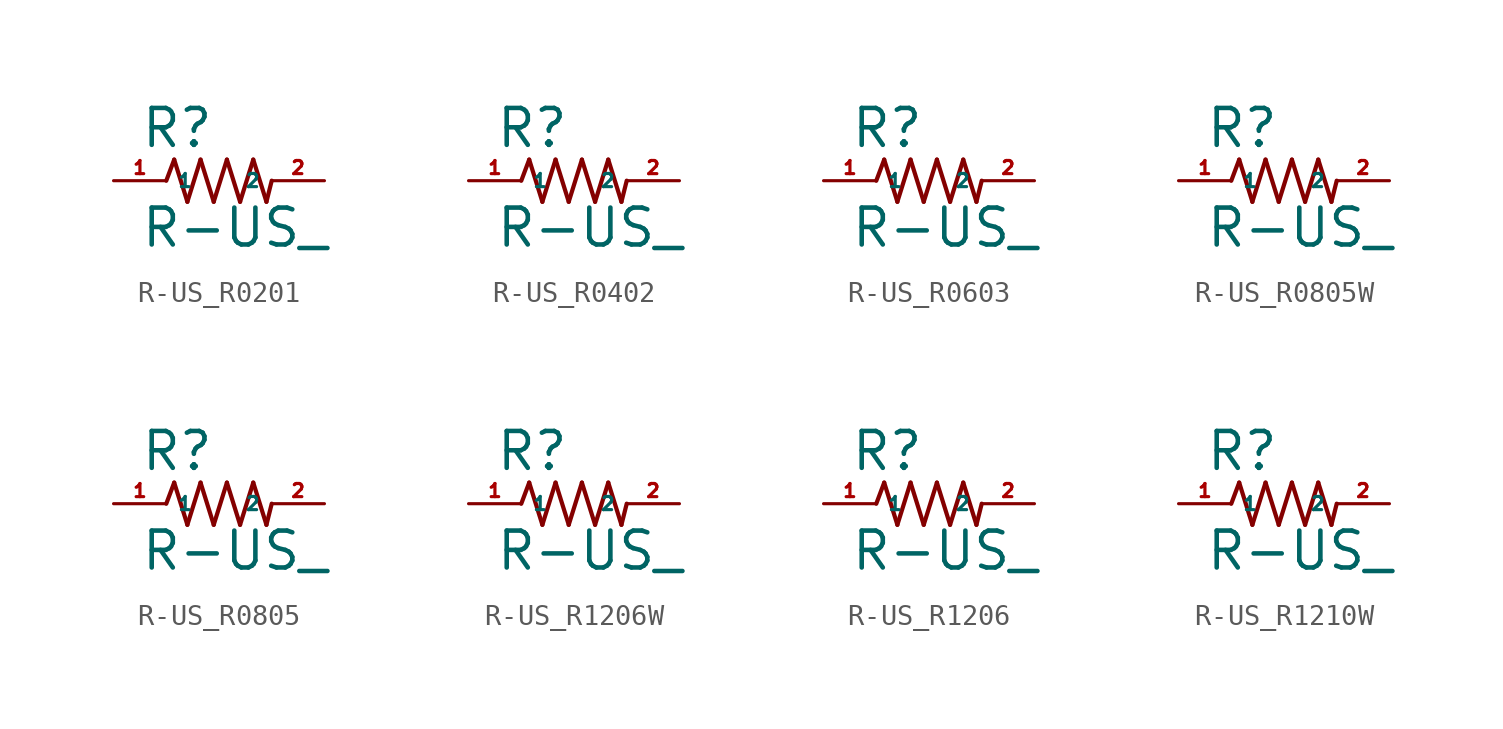
<source format=kicad_sym>
(kicad_symbol_lib
  (version 20220914)
  (generator Eagle2Kicad)
  (symbol "R-US_R0201"
    (property "Reference" "R"
      (at -3.81 1.499 0)
      (effects (font (size 1.778 1.778) (thickness 0.22)) (justify left bottom)))
    (property "Value" "R-US_"
      (at -3.81 -3.302 0)
      (effects (font (size 1.778 1.778) (thickness 0.22)) (justify left bottom)))
    (polyline
      (pts (xy -2.54 0) (xy -2.159 1.016))
      (stroke (width 0.203) (type default))
      (fill (type none)))
    (polyline
      (pts (xy -2.159 1.016) (xy -1.524 -1.016))
      (stroke (width 0.203) (type default))
      (fill (type none)))
    (polyline
      (pts (xy -1.524 -1.016) (xy -0.889 1.016))
      (stroke (width 0.203) (type default))
      (fill (type none)))
    (polyline
      (pts (xy -0.889 1.016) (xy -0.254 -1.016))
      (stroke (width 0.203) (type default))
      (fill (type none)))
    (polyline
      (pts (xy -0.254 -1.016) (xy 0.381 1.016))
      (stroke (width 0.203) (type default))
      (fill (type none)))
    (polyline
      (pts (xy 0.381 1.016) (xy 1.016 -1.016))
      (stroke (width 0.203) (type default))
      (fill (type none)))
    (polyline
      (pts (xy 1.016 -1.016) (xy 1.651 1.016))
      (stroke (width 0.203) (type default))
      (fill (type none)))
    (polyline
      (pts (xy 1.651 1.016) (xy 2.286 -1.016))
      (stroke (width 0.203) (type default))
      (fill (type none)))
    (polyline
      (pts (xy 2.286 -1.016) (xy 2.54 0))
      (stroke (width 0.203) (type default))
      (fill (type none)))
    (pin passive line
      (at 5.08 0 180)
      (length 2.54)
      (name "2" (effects (font (size 0.635 0.635) (thickness 0.08)) (justify left bottom)))
      (number "2" (effects (font (size 0.635 0.635) (thickness 0.08)) (justify left bottom))))
    (pin passive line
      (at -5.08 0 0)
      (length 2.54)
      (name "1" (effects (font (size 0.635 0.635) (thickness 0.08)) (justify left bottom)))
      (number "1" (effects (font (size 0.635 0.635) (thickness 0.08)) (justify left bottom)))))
  (symbol "R-US_R0402"
    (property "Reference" "R"
      (at -3.81 1.499 0)
      (effects (font (size 1.778 1.778) (thickness 0.22)) (justify left bottom)))
    (property "Value" "R-US_"
      (at -3.81 -3.302 0)
      (effects (font (size 1.778 1.778) (thickness 0.22)) (justify left bottom)))
    (polyline
      (pts (xy -2.54 0) (xy -2.159 1.016))
      (stroke (width 0.203) (type default))
      (fill (type none)))
    (polyline
      (pts (xy -2.159 1.016) (xy -1.524 -1.016))
      (stroke (width 0.203) (type default))
      (fill (type none)))
    (polyline
      (pts (xy -1.524 -1.016) (xy -0.889 1.016))
      (stroke (width 0.203) (type default))
      (fill (type none)))
    (polyline
      (pts (xy -0.889 1.016) (xy -0.254 -1.016))
      (stroke (width 0.203) (type default))
      (fill (type none)))
    (polyline
      (pts (xy -0.254 -1.016) (xy 0.381 1.016))
      (stroke (width 0.203) (type default))
      (fill (type none)))
    (polyline
      (pts (xy 0.381 1.016) (xy 1.016 -1.016))
      (stroke (width 0.203) (type default))
      (fill (type none)))
    (polyline
      (pts (xy 1.016 -1.016) (xy 1.651 1.016))
      (stroke (width 0.203) (type default))
      (fill (type none)))
    (polyline
      (pts (xy 1.651 1.016) (xy 2.286 -1.016))
      (stroke (width 0.203) (type default))
      (fill (type none)))
    (polyline
      (pts (xy 2.286 -1.016) (xy 2.54 0))
      (stroke (width 0.203) (type default))
      (fill (type none)))
    (pin passive line
      (at 5.08 0 180)
      (length 2.54)
      (name "2" (effects (font (size 0.635 0.635) (thickness 0.08)) (justify left bottom)))
      (number "2" (effects (font (size 0.635 0.635) (thickness 0.08)) (justify left bottom))))
    (pin passive line
      (at -5.08 0 0)
      (length 2.54)
      (name "1" (effects (font (size 0.635 0.635) (thickness 0.08)) (justify left bottom)))
      (number "1" (effects (font (size 0.635 0.635) (thickness 0.08)) (justify left bottom)))))
  (symbol "R-US_R0603"
    (property "Reference" "R"
      (at -3.81 1.499 0)
      (effects (font (size 1.778 1.778) (thickness 0.22)) (justify left bottom)))
    (property "Value" "R-US_"
      (at -3.81 -3.302 0)
      (effects (font (size 1.778 1.778) (thickness 0.22)) (justify left bottom)))
    (polyline
      (pts (xy -2.54 0) (xy -2.159 1.016))
      (stroke (width 0.203) (type default))
      (fill (type none)))
    (polyline
      (pts (xy -2.159 1.016) (xy -1.524 -1.016))
      (stroke (width 0.203) (type default))
      (fill (type none)))
    (polyline
      (pts (xy -1.524 -1.016) (xy -0.889 1.016))
      (stroke (width 0.203) (type default))
      (fill (type none)))
    (polyline
      (pts (xy -0.889 1.016) (xy -0.254 -1.016))
      (stroke (width 0.203) (type default))
      (fill (type none)))
    (polyline
      (pts (xy -0.254 -1.016) (xy 0.381 1.016))
      (stroke (width 0.203) (type default))
      (fill (type none)))
    (polyline
      (pts (xy 0.381 1.016) (xy 1.016 -1.016))
      (stroke (width 0.203) (type default))
      (fill (type none)))
    (polyline
      (pts (xy 1.016 -1.016) (xy 1.651 1.016))
      (stroke (width 0.203) (type default))
      (fill (type none)))
    (polyline
      (pts (xy 1.651 1.016) (xy 2.286 -1.016))
      (stroke (width 0.203) (type default))
      (fill (type none)))
    (polyline
      (pts (xy 2.286 -1.016) (xy 2.54 0))
      (stroke (width 0.203) (type default))
      (fill (type none)))
    (pin passive line
      (at 5.08 0 180)
      (length 2.54)
      (name "2" (effects (font (size 0.635 0.635) (thickness 0.08)) (justify left bottom)))
      (number "2" (effects (font (size 0.635 0.635) (thickness 0.08)) (justify left bottom))))
    (pin passive line
      (at -5.08 0 0)
      (length 2.54)
      (name "1" (effects (font (size 0.635 0.635) (thickness 0.08)) (justify left bottom)))
      (number "1" (effects (font (size 0.635 0.635) (thickness 0.08)) (justify left bottom)))))
  (symbol "R-US_R0805W"
    (property "Reference" "R"
      (at -3.81 1.499 0)
      (effects (font (size 1.778 1.778) (thickness 0.22)) (justify left bottom)))
    (property "Value" "R-US_"
      (at -3.81 -3.302 0)
      (effects (font (size 1.778 1.778) (thickness 0.22)) (justify left bottom)))
    (polyline
      (pts (xy -2.54 0) (xy -2.159 1.016))
      (stroke (width 0.203) (type default))
      (fill (type none)))
    (polyline
      (pts (xy -2.159 1.016) (xy -1.524 -1.016))
      (stroke (width 0.203) (type default))
      (fill (type none)))
    (polyline
      (pts (xy -1.524 -1.016) (xy -0.889 1.016))
      (stroke (width 0.203) (type default))
      (fill (type none)))
    (polyline
      (pts (xy -0.889 1.016) (xy -0.254 -1.016))
      (stroke (width 0.203) (type default))
      (fill (type none)))
    (polyline
      (pts (xy -0.254 -1.016) (xy 0.381 1.016))
      (stroke (width 0.203) (type default))
      (fill (type none)))
    (polyline
      (pts (xy 0.381 1.016) (xy 1.016 -1.016))
      (stroke (width 0.203) (type default))
      (fill (type none)))
    (polyline
      (pts (xy 1.016 -1.016) (xy 1.651 1.016))
      (stroke (width 0.203) (type default))
      (fill (type none)))
    (polyline
      (pts (xy 1.651 1.016) (xy 2.286 -1.016))
      (stroke (width 0.203) (type default))
      (fill (type none)))
    (polyline
      (pts (xy 2.286 -1.016) (xy 2.54 0))
      (stroke (width 0.203) (type default))
      (fill (type none)))
    (pin passive line
      (at 5.08 0 180)
      (length 2.54)
      (name "2" (effects (font (size 0.635 0.635) (thickness 0.08)) (justify left bottom)))
      (number "2" (effects (font (size 0.635 0.635) (thickness 0.08)) (justify left bottom))))
    (pin passive line
      (at -5.08 0 0)
      (length 2.54)
      (name "1" (effects (font (size 0.635 0.635) (thickness 0.08)) (justify left bottom)))
      (number "1" (effects (font (size 0.635 0.635) (thickness 0.08)) (justify left bottom)))))
  (symbol "R-US_R0805"
    (property "Reference" "R"
      (at -3.81 1.499 0)
      (effects (font (size 1.778 1.778) (thickness 0.22)) (justify left bottom)))
    (property "Value" "R-US_"
      (at -3.81 -3.302 0)
      (effects (font (size 1.778 1.778) (thickness 0.22)) (justify left bottom)))
    (polyline
      (pts (xy -2.54 0) (xy -2.159 1.016))
      (stroke (width 0.203) (type default))
      (fill (type none)))
    (polyline
      (pts (xy -2.159 1.016) (xy -1.524 -1.016))
      (stroke (width 0.203) (type default))
      (fill (type none)))
    (polyline
      (pts (xy -1.524 -1.016) (xy -0.889 1.016))
      (stroke (width 0.203) (type default))
      (fill (type none)))
    (polyline
      (pts (xy -0.889 1.016) (xy -0.254 -1.016))
      (stroke (width 0.203) (type default))
      (fill (type none)))
    (polyline
      (pts (xy -0.254 -1.016) (xy 0.381 1.016))
      (stroke (width 0.203) (type default))
      (fill (type none)))
    (polyline
      (pts (xy 0.381 1.016) (xy 1.016 -1.016))
      (stroke (width 0.203) (type default))
      (fill (type none)))
    (polyline
      (pts (xy 1.016 -1.016) (xy 1.651 1.016))
      (stroke (width 0.203) (type default))
      (fill (type none)))
    (polyline
      (pts (xy 1.651 1.016) (xy 2.286 -1.016))
      (stroke (width 0.203) (type default))
      (fill (type none)))
    (polyline
      (pts (xy 2.286 -1.016) (xy 2.54 0))
      (stroke (width 0.203) (type default))
      (fill (type none)))
    (pin passive line
      (at 5.08 0 180)
      (length 2.54)
      (name "2" (effects (font (size 0.635 0.635) (thickness 0.08)) (justify left bottom)))
      (number "2" (effects (font (size 0.635 0.635) (thickness 0.08)) (justify left bottom))))
    (pin passive line
      (at -5.08 0 0)
      (length 2.54)
      (name "1" (effects (font (size 0.635 0.635) (thickness 0.08)) (justify left bottom)))
      (number "1" (effects (font (size 0.635 0.635) (thickness 0.08)) (justify left bottom)))))
  (symbol "R-US_R1206W"
    (property "Reference" "R"
      (at -3.81 1.499 0)
      (effects (font (size 1.778 1.778) (thickness 0.22)) (justify left bottom)))
    (property "Value" "R-US_"
      (at -3.81 -3.302 0)
      (effects (font (size 1.778 1.778) (thickness 0.22)) (justify left bottom)))
    (polyline
      (pts (xy -2.54 0) (xy -2.159 1.016))
      (stroke (width 0.203) (type default))
      (fill (type none)))
    (polyline
      (pts (xy -2.159 1.016) (xy -1.524 -1.016))
      (stroke (width 0.203) (type default))
      (fill (type none)))
    (polyline
      (pts (xy -1.524 -1.016) (xy -0.889 1.016))
      (stroke (width 0.203) (type default))
      (fill (type none)))
    (polyline
      (pts (xy -0.889 1.016) (xy -0.254 -1.016))
      (stroke (width 0.203) (type default))
      (fill (type none)))
    (polyline
      (pts (xy -0.254 -1.016) (xy 0.381 1.016))
      (stroke (width 0.203) (type default))
      (fill (type none)))
    (polyline
      (pts (xy 0.381 1.016) (xy 1.016 -1.016))
      (stroke (width 0.203) (type default))
      (fill (type none)))
    (polyline
      (pts (xy 1.016 -1.016) (xy 1.651 1.016))
      (stroke (width 0.203) (type default))
      (fill (type none)))
    (polyline
      (pts (xy 1.651 1.016) (xy 2.286 -1.016))
      (stroke (width 0.203) (type default))
      (fill (type none)))
    (polyline
      (pts (xy 2.286 -1.016) (xy 2.54 0))
      (stroke (width 0.203) (type default))
      (fill (type none)))
    (pin passive line
      (at 5.08 0 180)
      (length 2.54)
      (name "2" (effects (font (size 0.635 0.635) (thickness 0.08)) (justify left bottom)))
      (number "2" (effects (font (size 0.635 0.635) (thickness 0.08)) (justify left bottom))))
    (pin passive line
      (at -5.08 0 0)
      (length 2.54)
      (name "1" (effects (font (size 0.635 0.635) (thickness 0.08)) (justify left bottom)))
      (number "1" (effects (font (size 0.635 0.635) (thickness 0.08)) (justify left bottom)))))
  (symbol "R-US_R1206"
    (property "Reference" "R"
      (at -3.81 1.499 0)
      (effects (font (size 1.778 1.778) (thickness 0.22)) (justify left bottom)))
    (property "Value" "R-US_"
      (at -3.81 -3.302 0)
      (effects (font (size 1.778 1.778) (thickness 0.22)) (justify left bottom)))
    (polyline
      (pts (xy -2.54 0) (xy -2.159 1.016))
      (stroke (width 0.203) (type default))
      (fill (type none)))
    (polyline
      (pts (xy -2.159 1.016) (xy -1.524 -1.016))
      (stroke (width 0.203) (type default))
      (fill (type none)))
    (polyline
      (pts (xy -1.524 -1.016) (xy -0.889 1.016))
      (stroke (width 0.203) (type default))
      (fill (type none)))
    (polyline
      (pts (xy -0.889 1.016) (xy -0.254 -1.016))
      (stroke (width 0.203) (type default))
      (fill (type none)))
    (polyline
      (pts (xy -0.254 -1.016) (xy 0.381 1.016))
      (stroke (width 0.203) (type default))
      (fill (type none)))
    (polyline
      (pts (xy 0.381 1.016) (xy 1.016 -1.016))
      (stroke (width 0.203) (type default))
      (fill (type none)))
    (polyline
      (pts (xy 1.016 -1.016) (xy 1.651 1.016))
      (stroke (width 0.203) (type default))
      (fill (type none)))
    (polyline
      (pts (xy 1.651 1.016) (xy 2.286 -1.016))
      (stroke (width 0.203) (type default))
      (fill (type none)))
    (polyline
      (pts (xy 2.286 -1.016) (xy 2.54 0))
      (stroke (width 0.203) (type default))
      (fill (type none)))
    (pin passive line
      (at 5.08 0 180)
      (length 2.54)
      (name "2" (effects (font (size 0.635 0.635) (thickness 0.08)) (justify left bottom)))
      (number "2" (effects (font (size 0.635 0.635) (thickness 0.08)) (justify left bottom))))
    (pin passive line
      (at -5.08 0 0)
      (length 2.54)
      (name "1" (effects (font (size 0.635 0.635) (thickness 0.08)) (justify left bottom)))
      (number "1" (effects (font (size 0.635 0.635) (thickness 0.08)) (justify left bottom)))))
  (symbol "R-US_R1210W"
    (property "Reference" "R"
      (at -3.81 1.499 0)
      (effects (font (size 1.778 1.778) (thickness 0.22)) (justify left bottom)))
    (property "Value" "R-US_"
      (at -3.81 -3.302 0)
      (effects (font (size 1.778 1.778) (thickness 0.22)) (justify left bottom)))
    (polyline
      (pts (xy -2.54 0) (xy -2.159 1.016))
      (stroke (width 0.203) (type default))
      (fill (type none)))
    (polyline
      (pts (xy -2.159 1.016) (xy -1.524 -1.016))
      (stroke (width 0.203) (type default))
      (fill (type none)))
    (polyline
      (pts (xy -1.524 -1.016) (xy -0.889 1.016))
      (stroke (width 0.203) (type default))
      (fill (type none)))
    (polyline
      (pts (xy -0.889 1.016) (xy -0.254 -1.016))
      (stroke (width 0.203) (type default))
      (fill (type none)))
    (polyline
      (pts (xy -0.254 -1.016) (xy 0.381 1.016))
      (stroke (width 0.203) (type default))
      (fill (type none)))
    (polyline
      (pts (xy 0.381 1.016) (xy 1.016 -1.016))
      (stroke (width 0.203) (type default))
      (fill (type none)))
    (polyline
      (pts (xy 1.016 -1.016) (xy 1.651 1.016))
      (stroke (width 0.203) (type default))
      (fill (type none)))
    (polyline
      (pts (xy 1.651 1.016) (xy 2.286 -1.016))
      (stroke (width 0.203) (type default))
      (fill (type none)))
    (polyline
      (pts (xy 2.286 -1.016) (xy 2.54 0))
      (stroke (width 0.203) (type default))
      (fill (type none)))
    (pin passive line
      (at 5.08 0 180)
      (length 2.54)
      (name "2" (effects (font (size 0.635 0.635) (thickness 0.08)) (justify left bottom)))
      (number "2" (effects (font (size 0.635 0.635) (thickness 0.08)) (justify left bottom))))
    (pin passive line
      (at -5.08 0 0)
      (length 2.54)
      (name "1" (effects (font (size 0.635 0.635) (thickness 0.08)) (justify left bottom)))
      (number "1" (effects (font (size 0.635 0.635) (thickness 0.08)) (justify left bottom))))))
</source>
